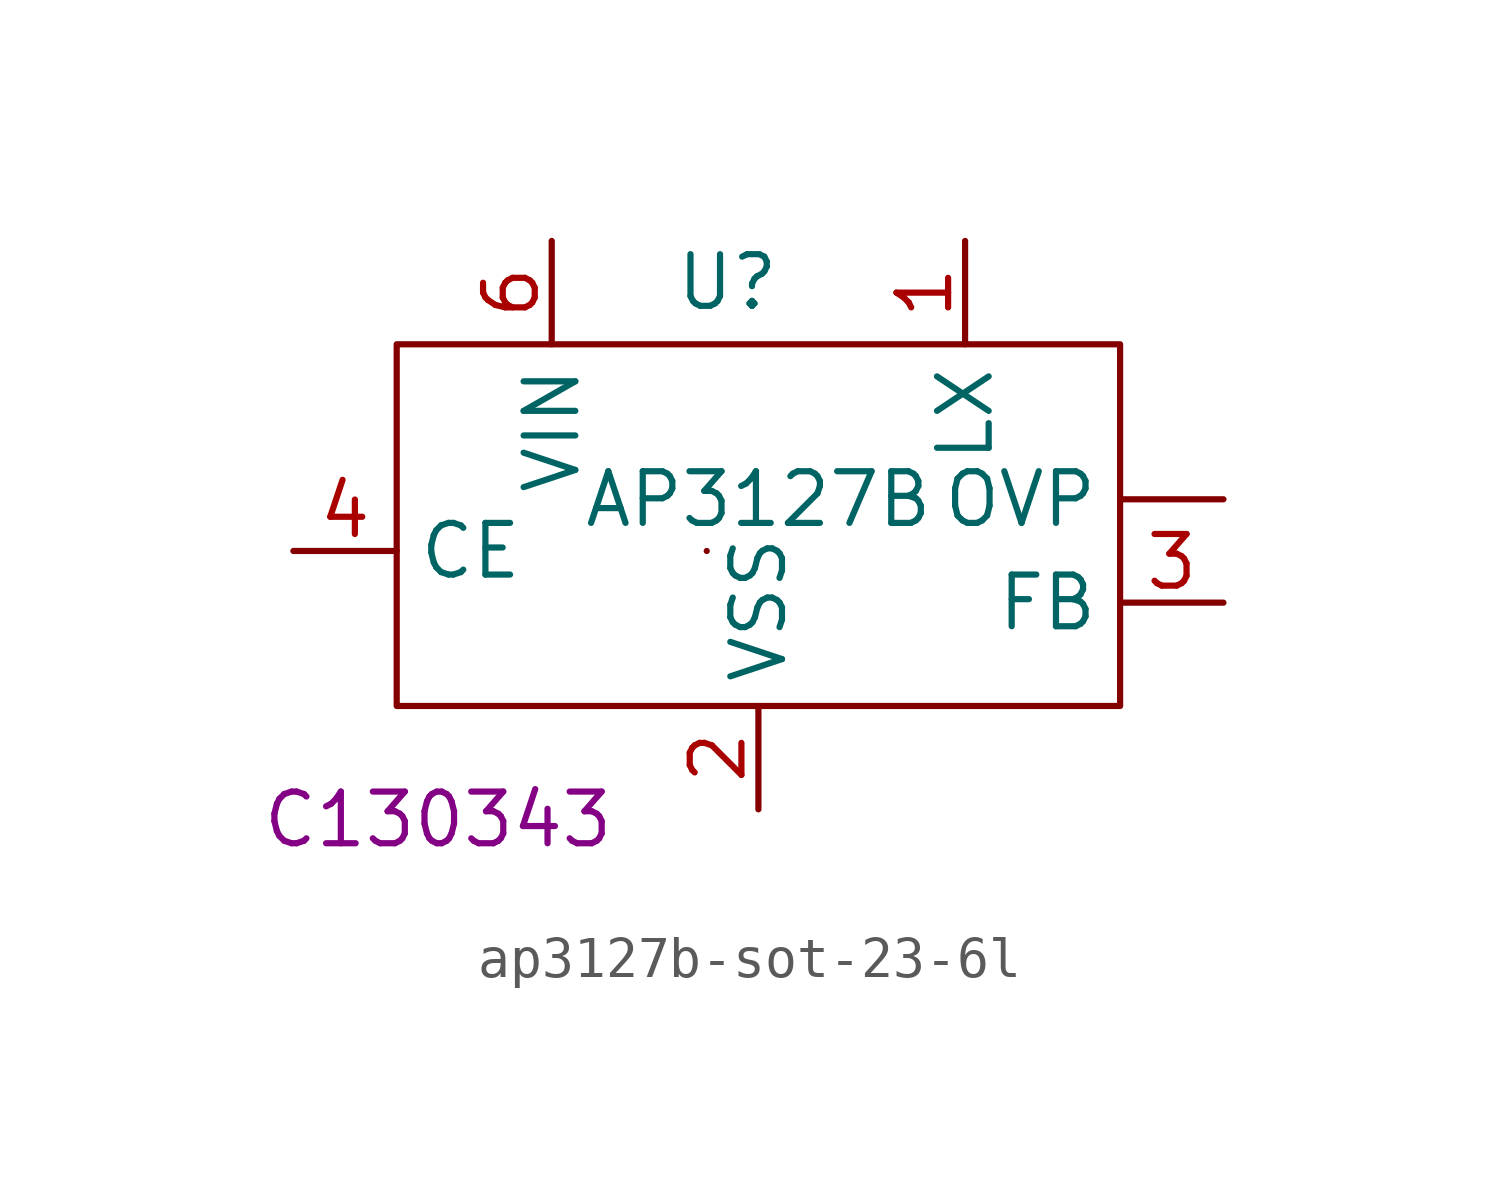
<source format=kicad_sym>
(kicad_symbol_lib
  (version 20231120)
  (generator "kicad_symbol_editor")
  (generator_version "8.0")
  (symbol "ap3127b-sot-23-6l"
    (property "Reference" "U"
      (at 4.318 5.334 0)
      (effects (font (size 1.27 1.27))))
    (property "Value" "AP3127B"
      (at 5.08 0 0)
      (effects (font (size 1.27 1.27))))
    (property "LCSC" "C130343"
      (at -2.794 -7.874 0)
      (effects (font (size 1.27 1.27))))
    (symbol "ap3127b-sot-23-6l_0_1"
      (polyline (pts (xy 3.81 -1.27) (xy 3.81 -1.27)) (stroke (width 0) (type default)) (fill (type none)))
      (polyline (pts (xy -3.81 3.81) (xy -3.81 -5.08) (xy 13.97 -5.08) (xy 13.97 3.81) (xy -3.81 3.81)) (stroke (width 0) (type default)) (fill (type none))))
    (symbol "ap3127b-sot-23-6l_1_1"
      (pin input line (at 16.51 0 180) (length 2.54) (name "OVP" (effects (font (size 1.27 1.27)))) (number "" (effects (font (size 1.27 1.27)))))
      (pin input line (at 10.16 6.35 270) (length 2.54) (name "LX" (effects (font (size 1.27 1.27)))) (number "1" (effects (font (size 1.27 1.27)))))
      (pin input line (at 5.08 -7.62 90) (length 2.54) (name "VSS" (effects (font (size 1.27 1.27)))) (number "2" (effects (font (size 1.27 1.27)))))
      (pin input line (at 16.51 -2.54 180) (length 2.54) (name "FB" (effects (font (size 1.27 1.27)))) (number "3" (effects (font (size 1.27 1.27)))))
      (pin input line (at -6.35 -1.27 0) (length 2.54) (name "CE" (effects (font (size 1.27 1.27)))) (number "4" (effects (font (size 1.27 1.27)))))
      (pin input line (at 0 6.35 270) (length 2.54) (name "VIN" (effects (font (size 1.27 1.27)))) (number "6" (effects (font (size 1.27 1.27))))))))
</source>
